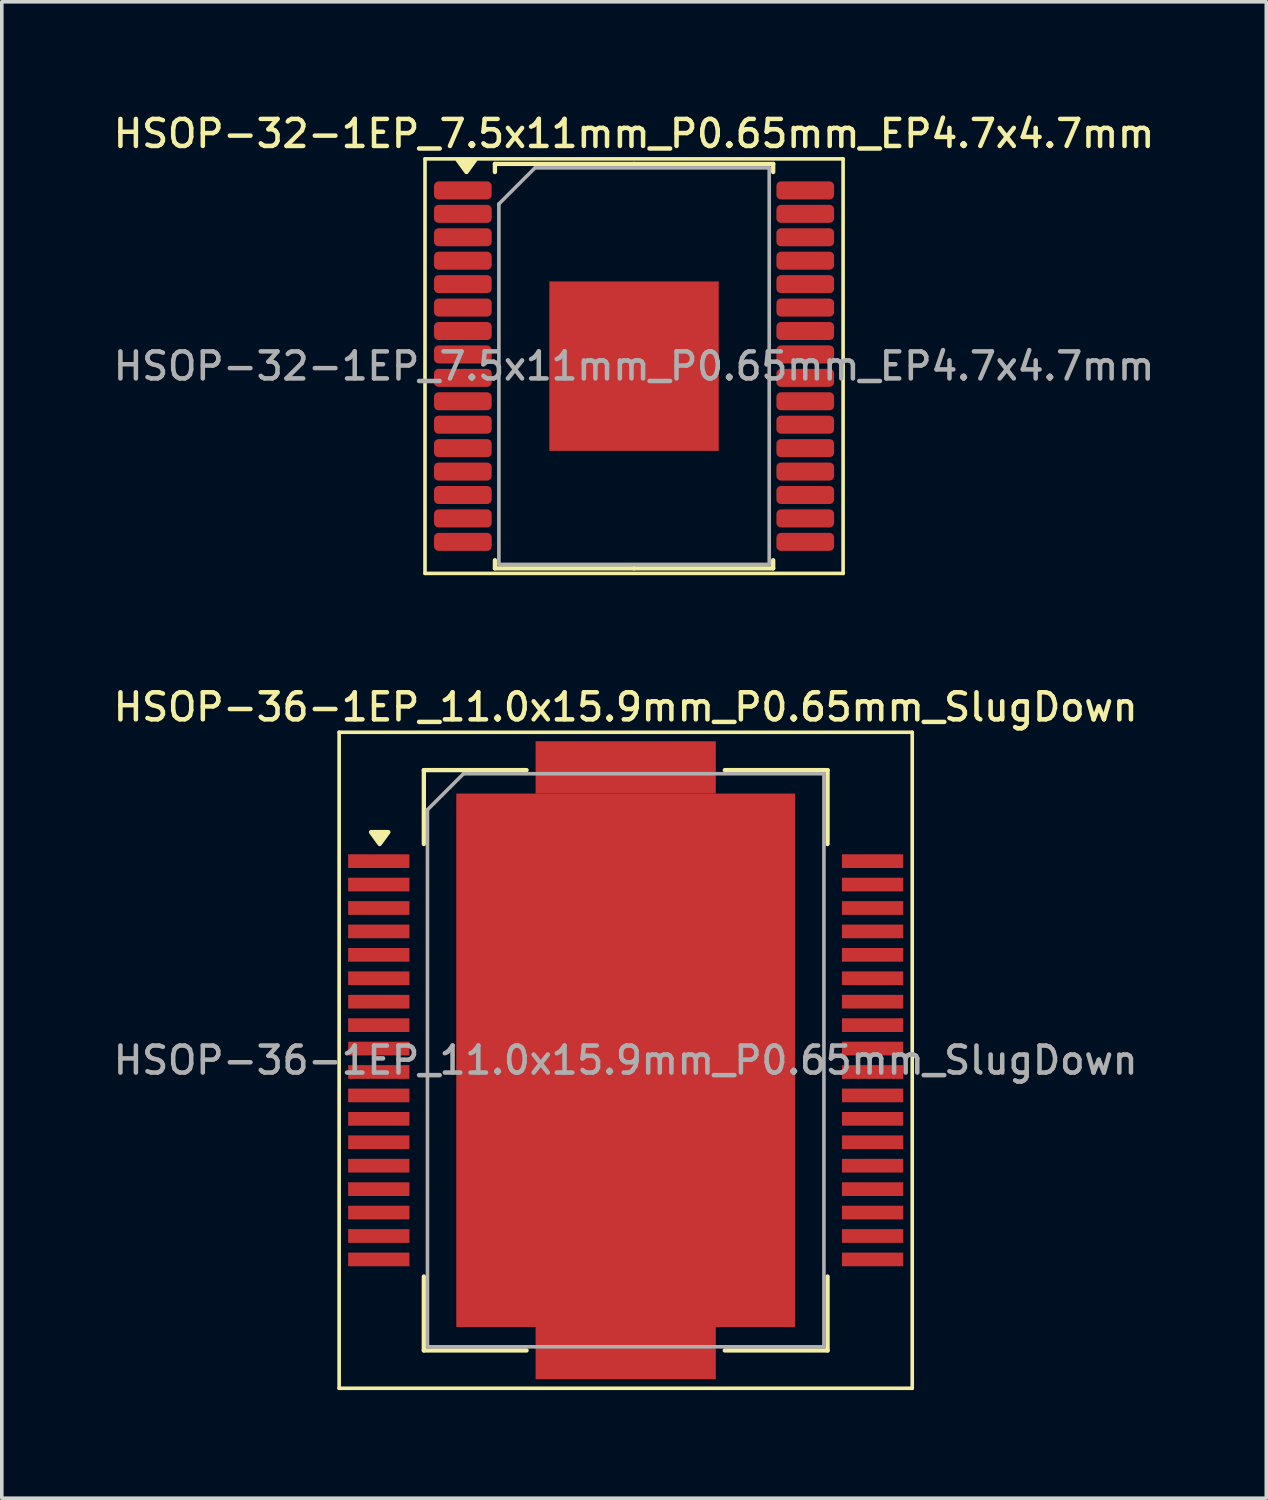
<source format=kicad_pcb>
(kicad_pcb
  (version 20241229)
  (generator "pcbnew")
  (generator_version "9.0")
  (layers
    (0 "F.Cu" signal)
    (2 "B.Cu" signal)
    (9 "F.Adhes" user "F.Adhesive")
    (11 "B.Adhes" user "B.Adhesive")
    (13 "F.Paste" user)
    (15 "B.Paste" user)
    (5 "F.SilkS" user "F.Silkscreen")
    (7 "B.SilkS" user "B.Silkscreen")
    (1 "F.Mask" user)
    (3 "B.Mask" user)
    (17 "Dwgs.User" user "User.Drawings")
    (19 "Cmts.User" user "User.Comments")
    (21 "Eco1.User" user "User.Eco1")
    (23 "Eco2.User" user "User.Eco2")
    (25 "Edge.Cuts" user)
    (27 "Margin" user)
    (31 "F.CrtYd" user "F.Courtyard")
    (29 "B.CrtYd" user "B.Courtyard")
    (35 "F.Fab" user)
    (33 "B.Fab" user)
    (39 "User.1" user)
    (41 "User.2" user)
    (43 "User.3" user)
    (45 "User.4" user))
  (footprint "HSOP-36-1EP_11.0x15.9mm_P0.65mm_SlugDown"
    (layer "F.Cu")
    (at 14.309 26.366)
    (property "Reference" "HSOP-36-1EP_11.0x15.9mm_P0.65mm_SlugDown" (at 0 -9.8 0) (layer "F.SilkS") (effects (font (size 0.75 0.75) (thickness 0.125))))
    (attr smd)
    (fp_line (start -7.95 -9.1) (end -7.95 9.1) (stroke (width 0.1) (type solid)) (layer "F.SilkS"))
    (fp_line (start -7.95 -9.1) (end 7.95 -9.1) (stroke (width 0.1) (type solid)) (layer "F.SilkS"))
    (fp_line (start -5.6 -8.05) (end -5.6 -6) (stroke (width 0.12) (type solid)) (layer "F.SilkS"))
    (fp_line (start -5.6 8.05) (end -5.6 6) (stroke (width 0.12) (type solid)) (layer "F.SilkS"))
    (fp_line (start -2.75 -8.05) (end -5.6 -8.05) (stroke (width 0.12) (type solid)) (layer "F.SilkS"))
    (fp_line (start -2.75 8.05) (end -5.6 8.05) (stroke (width 0.12) (type solid)) (layer "F.SilkS"))
    (fp_line (start 5.6 -8.05) (end 2.75 -8.05) (stroke (width 0.12) (type solid)) (layer "F.SilkS"))
    (fp_line (start 5.6 -8.05) (end 5.6 -6) (stroke (width 0.12) (type solid)) (layer "F.SilkS"))
    (fp_line (start 5.6 8.05) (end 2.75 8.05) (stroke (width 0.12) (type solid)) (layer "F.SilkS"))
    (fp_line (start 5.6 8.05) (end 5.6 6) (stroke (width 0.12) (type solid)) (layer "F.SilkS"))
    (fp_line (start 7.95 9.1) (end -7.95 9.1) (stroke (width 0.1) (type solid)) (layer "F.SilkS"))
    (fp_line (start 7.95 9.1) (end 7.95 -9.1) (stroke (width 0.1) (type solid)) (layer "F.SilkS"))
    (fp_poly (pts (xy -6.825 -6) (xy -7.065 -6.33) (xy -6.585 -6.33) (xy -6.825 -6)) (stroke (width 0.12) (type solid)) (fill yes) (layer "F.SilkS"))
    (fp_line (start -5.5 -6.95) (end -5.5 7.95) (stroke (width 0.1) (type solid)) (layer "F.Fab"))
    (fp_line (start -5.5 7.95) (end 5.5 7.95) (stroke (width 0.1) (type solid)) (layer "F.Fab"))
    (fp_line (start -4.5 -7.95) (end -5.5 -6.95) (stroke (width 0.1) (type solid)) (layer "F.Fab"))
    (fp_line (start 5.5 -7.95) (end -4.5 -7.95) (stroke (width 0.1) (type solid)) (layer "F.Fab"))
    (fp_line (start 5.5 7.95) (end 5.5 -7.95) (stroke (width 0.1) (type solid)) (layer "F.Fab"))
    (fp_text user "${REFERENCE}" (at 0 0 0) (layer "F.Fab") (effects (font (size 0.75 0.75) (thickness 0.125))))
    (pad "1" smd rect (at -6.85 -5.525) (size 1.7 0.38) (layers "F.Cu" "F.Mask" "F.Paste"))
    (pad "2" smd rect (at -6.85 -4.875) (size 1.7 0.38) (layers "F.Cu" "F.Mask" "F.Paste"))
    (pad "3" smd rect (at -6.85 -4.225) (size 1.7 0.38) (layers "F.Cu" "F.Mask" "F.Paste"))
    (pad "4" smd rect (at -6.85 -3.575) (size 1.7 0.38) (layers "F.Cu" "F.Mask" "F.Paste"))
    (pad "5" smd rect (at -6.85 -2.925) (size 1.7 0.38) (layers "F.Cu" "F.Mask" "F.Paste"))
    (pad "6" smd rect (at -6.85 -2.275) (size 1.7 0.38) (layers "F.Cu" "F.Mask" "F.Paste"))
    (pad "7" smd rect (at -6.85 -1.625) (size 1.7 0.38) (layers "F.Cu" "F.Mask" "F.Paste"))
    (pad "8" smd rect (at -6.85 -0.975) (size 1.7 0.38) (layers "F.Cu" "F.Mask" "F.Paste"))
    (pad "9" smd rect (at -6.85 -0.325) (size 1.7 0.38) (layers "F.Cu" "F.Mask" "F.Paste"))
    (pad "10" smd rect (at -6.85 0.325) (size 1.7 0.38) (layers "F.Cu" "F.Mask" "F.Paste"))
    (pad "11" smd rect (at -6.85 0.975) (size 1.7 0.38) (layers "F.Cu" "F.Mask" "F.Paste"))
    (pad "12" smd rect (at -6.85 1.625) (size 1.7 0.38) (layers "F.Cu" "F.Mask" "F.Paste"))
    (pad "13" smd rect (at -6.85 2.275) (size 1.7 0.38) (layers "F.Cu" "F.Mask" "F.Paste"))
    (pad "14" smd rect (at -6.85 2.925) (size 1.7 0.38) (layers "F.Cu" "F.Mask" "F.Paste"))
    (pad "15" smd rect (at -6.85 3.575) (size 1.7 0.38) (layers "F.Cu" "F.Mask" "F.Paste"))
    (pad "16" smd rect (at -6.85 4.225) (size 1.7 0.38) (layers "F.Cu" "F.Mask" "F.Paste"))
    (pad "17" smd rect (at -6.85 4.875) (size 1.7 0.38) (layers "F.Cu" "F.Mask" "F.Paste"))
    (pad "18" smd rect (at -6.85 5.525) (size 1.7 0.38) (layers "F.Cu" "F.Mask" "F.Paste"))
    (pad "19" smd rect (at 6.85 5.525) (size 1.7 0.38) (layers "F.Cu" "F.Mask" "F.Paste"))
    (pad "20" smd rect (at 6.85 4.875) (size 1.7 0.38) (layers "F.Cu" "F.Mask" "F.Paste"))
    (pad "21" smd rect (at 6.85 4.225) (size 1.7 0.38) (layers "F.Cu" "F.Mask" "F.Paste"))
    (pad "22" smd rect (at 6.85 3.575) (size 1.7 0.38) (layers "F.Cu" "F.Mask" "F.Paste"))
    (pad "23" smd rect (at 6.85 2.925) (size 1.7 0.38) (layers "F.Cu" "F.Mask" "F.Paste"))
    (pad "24" smd rect (at 6.85 2.275) (size 1.7 0.38) (layers "F.Cu" "F.Mask" "F.Paste"))
    (pad "25" smd rect (at 6.85 1.625) (size 1.7 0.38) (layers "F.Cu" "F.Mask" "F.Paste"))
    (pad "26" smd rect (at 6.85 0.975) (size 1.7 0.38) (layers "F.Cu" "F.Mask" "F.Paste"))
    (pad "27" smd rect (at 6.85 0.325) (size 1.7 0.38) (layers "F.Cu" "F.Mask" "F.Paste"))
    (pad "28" smd rect (at 6.85 -0.325) (size 1.7 0.38) (layers "F.Cu" "F.Mask" "F.Paste"))
    (pad "29" smd rect (at 6.85 -0.975) (size 1.7 0.38) (layers "F.Cu" "F.Mask" "F.Paste"))
    (pad "30" smd rect (at 6.85 -1.625) (size 1.7 0.38) (layers "F.Cu" "F.Mask" "F.Paste"))
    (pad "31" smd rect (at 6.85 -2.275) (size 1.7 0.38) (layers "F.Cu" "F.Mask" "F.Paste"))
    (pad "32" smd rect (at 6.85 -2.925) (size 1.7 0.38) (layers "F.Cu" "F.Mask" "F.Paste"))
    (pad "33" smd rect (at 6.85 -3.575) (size 1.7 0.38) (layers "F.Cu" "F.Mask" "F.Paste"))
    (pad "34" smd rect (at 6.85 -4.225) (size 1.7 0.38) (layers "F.Cu" "F.Mask" "F.Paste"))
    (pad "35" smd rect (at 6.85 -4.875) (size 1.7 0.38) (layers "F.Cu" "F.Mask" "F.Paste"))
    (pad "36" smd rect (at 6.85 -5.525) (size 1.7 0.38) (layers "F.Cu" "F.Mask" "F.Paste"))
    (pad "37" smd rect (at 0 -8.125) (size 5 1.45) (layers "F.Cu" "F.Mask" "F.Paste"))
    (pad "37" smd rect (at 0 0) (size 9.4 14.8) (layers "F.Cu" "F.Mask" "F.Paste"))
    (pad "37" smd rect (at 0 8.125) (size 5 1.45) (layers "F.Cu" "F.Mask" "F.Paste")))
  (footprint "HSOP-32-1EP_7.5x11mm_P0.65mm_EP4.7x4.7mm"
    (layer "F.Cu")
    (at 14.541 7.108)
    (property "Reference" "HSOP-32-1EP_7.5x11mm_P0.65mm_EP4.7x4.7mm" (at 0 -6.45 0) (layer "F.SilkS") (effects (font (size 0.75 0.75) (thickness 0.125))))
    (attr smd)
    (fp_line (start -5.8 -5.75) (end -5.8 5.75) (stroke (width 0.1) (type solid)) (layer "F.SilkS"))
    (fp_line (start -5.8 5.75) (end 5.8 5.75) (stroke (width 0.1) (type solid)) (layer "F.SilkS"))
    (fp_line (start -3.86 -5.61) (end -3.86 -5.385) (stroke (width 0.12) (type solid)) (layer "F.SilkS"))
    (fp_line (start -3.86 5.61) (end -3.86 5.385) (stroke (width 0.12) (type solid)) (layer "F.SilkS"))
    (fp_line (start 0 -5.61) (end -3.86 -5.61) (stroke (width 0.12) (type solid)) (layer "F.SilkS"))
    (fp_line (start 0 -5.61) (end 3.86 -5.61) (stroke (width 0.12) (type solid)) (layer "F.SilkS"))
    (fp_line (start 0 5.61) (end -3.86 5.61) (stroke (width 0.12) (type solid)) (layer "F.SilkS"))
    (fp_line (start 0 5.61) (end 3.86 5.61) (stroke (width 0.12) (type solid)) (layer "F.SilkS"))
    (fp_line (start 3.86 -5.61) (end 3.86 -5.385) (stroke (width 0.12) (type solid)) (layer "F.SilkS"))
    (fp_line (start 3.86 5.61) (end 3.86 5.385) (stroke (width 0.12) (type solid)) (layer "F.SilkS"))
    (fp_line (start 5.8 -5.75) (end -5.8 -5.75) (stroke (width 0.1) (type solid)) (layer "F.SilkS"))
    (fp_line (start 5.8 5.75) (end 5.8 -5.75) (stroke (width 0.1) (type solid)) (layer "F.SilkS"))
    (fp_poly (pts (xy -4.65 -5.385) (xy -4.89 -5.715) (xy -4.41 -5.715) (xy -4.65 -5.385)) (stroke (width 0.12) (type solid)) (fill yes) (layer "F.SilkS"))
    (fp_line (start -3.75 -4.5) (end -2.75 -5.5) (stroke (width 0.1) (type solid)) (layer "F.Fab"))
    (fp_line (start -3.75 5.5) (end -3.75 -4.5) (stroke (width 0.1) (type solid)) (layer "F.Fab"))
    (fp_line (start -2.75 -5.5) (end 3.75 -5.5) (stroke (width 0.1) (type solid)) (layer "F.Fab"))
    (fp_line (start 3.75 -5.5) (end 3.75 5.5) (stroke (width 0.1) (type solid)) (layer "F.Fab"))
    (fp_line (start 3.75 5.5) (end -3.75 5.5) (stroke (width 0.1) (type solid)) (layer "F.Fab"))
    (fp_text user "${REFERENCE}" (at 0 0 0) (layer "F.Fab") (effects (font (size 0.75 0.75) (thickness 0.125))))
    (pad "" smd roundrect (at -1.175 -1.175) (size 1.89 1.89) (layers "F.Paste") (roundrect_rratio 0.132))
    (pad "" smd roundrect (at -1.175 1.175) (size 1.89 1.89) (layers "F.Paste") (roundrect_rratio 0.132))
    (pad "" smd roundrect (at 1.175 -1.175) (size 1.89 1.89) (layers "F.Paste") (roundrect_rratio 0.132))
    (pad "" smd roundrect (at 1.175 1.175) (size 1.89 1.89) (layers "F.Paste") (roundrect_rratio 0.132))
    (pad "1" smd roundrect (at -4.75 -4.875) (size 1.6 0.5) (layers "F.Cu" "F.Mask" "F.Paste") (roundrect_rratio 0.25))
    (pad "2" smd roundrect (at -4.75 -4.225) (size 1.6 0.5) (layers "F.Cu" "F.Mask" "F.Paste") (roundrect_rratio 0.25))
    (pad "3" smd roundrect (at -4.75 -3.575) (size 1.6 0.5) (layers "F.Cu" "F.Mask" "F.Paste") (roundrect_rratio 0.25))
    (pad "4" smd roundrect (at -4.75 -2.925) (size 1.6 0.5) (layers "F.Cu" "F.Mask" "F.Paste") (roundrect_rratio 0.25))
    (pad "5" smd roundrect (at -4.75 -2.275) (size 1.6 0.5) (layers "F.Cu" "F.Mask" "F.Paste") (roundrect_rratio 0.25))
    (pad "6" smd roundrect (at -4.75 -1.625) (size 1.6 0.5) (layers "F.Cu" "F.Mask" "F.Paste") (roundrect_rratio 0.25))
    (pad "7" smd roundrect (at -4.75 -0.975) (size 1.6 0.5) (layers "F.Cu" "F.Mask" "F.Paste") (roundrect_rratio 0.25))
    (pad "8" smd roundrect (at -4.75 -0.325) (size 1.6 0.5) (layers "F.Cu" "F.Mask" "F.Paste") (roundrect_rratio 0.25))
    (pad "9" smd roundrect (at -4.75 0.325) (size 1.6 0.5) (layers "F.Cu" "F.Mask" "F.Paste") (roundrect_rratio 0.25))
    (pad "10" smd roundrect (at -4.75 0.975) (size 1.6 0.5) (layers "F.Cu" "F.Mask" "F.Paste") (roundrect_rratio 0.25))
    (pad "11" smd roundrect (at -4.75 1.625) (size 1.6 0.5) (layers "F.Cu" "F.Mask" "F.Paste") (roundrect_rratio 0.25))
    (pad "12" smd roundrect (at -4.75 2.275) (size 1.6 0.5) (layers "F.Cu" "F.Mask" "F.Paste") (roundrect_rratio 0.25))
    (pad "13" smd roundrect (at -4.75 2.925) (size 1.6 0.5) (layers "F.Cu" "F.Mask" "F.Paste") (roundrect_rratio 0.25))
    (pad "14" smd roundrect (at -4.75 3.575) (size 1.6 0.5) (layers "F.Cu" "F.Mask" "F.Paste") (roundrect_rratio 0.25))
    (pad "15" smd roundrect (at -4.75 4.225) (size 1.6 0.5) (layers "F.Cu" "F.Mask" "F.Paste") (roundrect_rratio 0.25))
    (pad "16" smd roundrect (at -4.75 4.875) (size 1.6 0.5) (layers "F.Cu" "F.Mask" "F.Paste") (roundrect_rratio 0.25))
    (pad "17" smd roundrect (at 4.75 4.875) (size 1.6 0.5) (layers "F.Cu" "F.Mask" "F.Paste") (roundrect_rratio 0.25))
    (pad "18" smd roundrect (at 4.75 4.225) (size 1.6 0.5) (layers "F.Cu" "F.Mask" "F.Paste") (roundrect_rratio 0.25))
    (pad "19" smd roundrect (at 4.75 3.575) (size 1.6 0.5) (layers "F.Cu" "F.Mask" "F.Paste") (roundrect_rratio 0.25))
    (pad "20" smd roundrect (at 4.75 2.925) (size 1.6 0.5) (layers "F.Cu" "F.Mask" "F.Paste") (roundrect_rratio 0.25))
    (pad "21" smd roundrect (at 4.75 2.275) (size 1.6 0.5) (layers "F.Cu" "F.Mask" "F.Paste") (roundrect_rratio 0.25))
    (pad "22" smd roundrect (at 4.75 1.625) (size 1.6 0.5) (layers "F.Cu" "F.Mask" "F.Paste") (roundrect_rratio 0.25))
    (pad "23" smd roundrect (at 4.75 0.975) (size 1.6 0.5) (layers "F.Cu" "F.Mask" "F.Paste") (roundrect_rratio 0.25))
    (pad "24" smd roundrect (at 4.75 0.325) (size 1.6 0.5) (layers "F.Cu" "F.Mask" "F.Paste") (roundrect_rratio 0.25))
    (pad "25" smd roundrect (at 4.75 -0.325) (size 1.6 0.5) (layers "F.Cu" "F.Mask" "F.Paste") (roundrect_rratio 0.25))
    (pad "26" smd roundrect (at 4.75 -0.975) (size 1.6 0.5) (layers "F.Cu" "F.Mask" "F.Paste") (roundrect_rratio 0.25))
    (pad "27" smd roundrect (at 4.75 -1.625) (size 1.6 0.5) (layers "F.Cu" "F.Mask" "F.Paste") (roundrect_rratio 0.25))
    (pad "28" smd roundrect (at 4.75 -2.275) (size 1.6 0.5) (layers "F.Cu" "F.Mask" "F.Paste") (roundrect_rratio 0.25))
    (pad "29" smd roundrect (at 4.75 -2.925) (size 1.6 0.5) (layers "F.Cu" "F.Mask" "F.Paste") (roundrect_rratio 0.25))
    (pad "30" smd roundrect (at 4.75 -3.575) (size 1.6 0.5) (layers "F.Cu" "F.Mask" "F.Paste") (roundrect_rratio 0.25))
    (pad "31" smd roundrect (at 4.75 -4.225) (size 1.6 0.5) (layers "F.Cu" "F.Mask" "F.Paste") (roundrect_rratio 0.25))
    (pad "32" smd roundrect (at 4.75 -4.875) (size 1.6 0.5) (layers "F.Cu" "F.Mask" "F.Paste") (roundrect_rratio 0.25))
    (pad "33" smd rect (at 0 0) (size 4.7 4.7) (property pad_prop_heatsink) (layers "F.Cu" "F.Mask")))
  (gr_rect
    (start -3 -3)
    (end 32.082 38.516)
    (stroke (width 0.1) (type default))
    (fill no)
    (layer "Edge.Cuts")))
</source>
